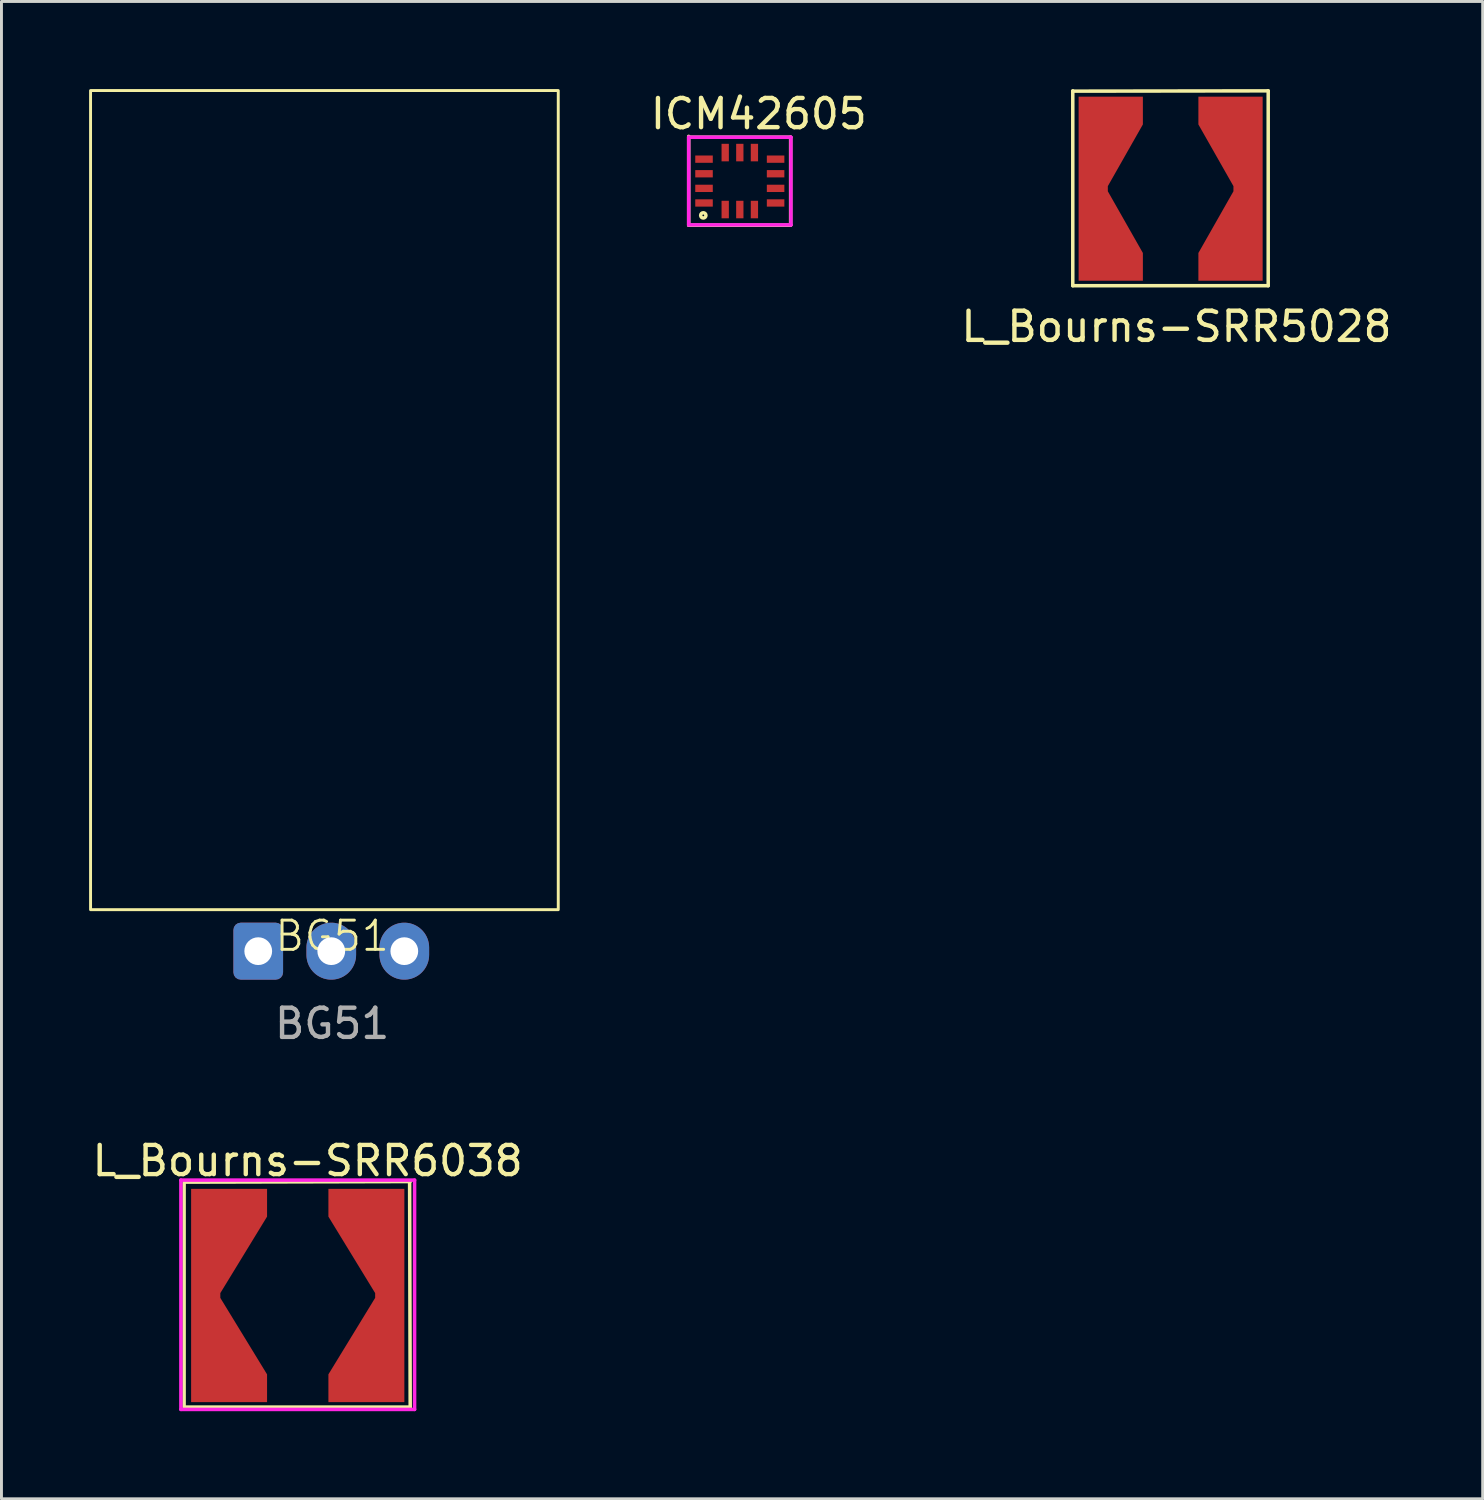
<source format=kicad_pcb>
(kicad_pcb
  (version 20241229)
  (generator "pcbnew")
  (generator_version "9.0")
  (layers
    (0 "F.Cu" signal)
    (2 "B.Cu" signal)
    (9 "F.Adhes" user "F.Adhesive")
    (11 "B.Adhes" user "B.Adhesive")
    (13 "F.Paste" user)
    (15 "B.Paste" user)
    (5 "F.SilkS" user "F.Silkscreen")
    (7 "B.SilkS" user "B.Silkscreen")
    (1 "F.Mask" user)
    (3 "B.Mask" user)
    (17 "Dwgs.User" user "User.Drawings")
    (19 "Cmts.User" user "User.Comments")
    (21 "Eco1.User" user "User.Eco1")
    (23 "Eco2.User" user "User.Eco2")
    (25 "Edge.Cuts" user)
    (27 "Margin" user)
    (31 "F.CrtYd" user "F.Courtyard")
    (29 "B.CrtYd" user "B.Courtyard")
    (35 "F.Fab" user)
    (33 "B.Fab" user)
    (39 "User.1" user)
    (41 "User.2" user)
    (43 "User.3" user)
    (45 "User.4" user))
  (footprint "L_Bourns-SRR5028"
    (layer "F.Cu")
    (at 33.873 0.26)
    (property "Reference" "L_Bourns-SRR5028" (at 3.35 7.87 0) (layer "F.SilkS") (effects (font (size 1 1) (thickness 0.15))))
    (attr through_hole)
    (fp_line (start -0.2 -0.19) (end 6.49 -0.2) (stroke (width 0.12) (type solid)) (layer "F.SilkS"))
    (fp_line (start -0.2 6.47) (end -0.2 -0.2) (stroke (width 0.12) (type solid)) (layer "F.SilkS"))
    (fp_line (start 6.49 -0.2) (end 6.49 6.47) (stroke (width 0.12) (type solid)) (layer "F.SilkS"))
    (fp_line (start 6.49 6.47) (end -0.2 6.47) (stroke (width 0.12) (type solid)) (layer "F.SilkS"))
    (pad "1" smd custom (at 0.5 3.15) (size 1 1) (layers "F.Cu" "F.Mask" "F.Paste") (options (anchor rect)) (primitives (gr_poly (pts (xy -0.5 3.15) (xy -0.5 -3.15) (xy 1.7 -3.15) (xy 1.7 -2.2) (xy 0.45 0) (xy 1.7 2.2) (xy 1.7 3.15)) (width 0) (fill yes))))
    (pad "2" smd custom (at 5.8 3.15 180) (size 1 1) (layers "F.Cu" "F.Mask" "F.Paste") (options (anchor rect)) (primitives (gr_poly (pts (xy -0.5 3.15) (xy -0.5 -3.15) (xy 1.7 -3.15) (xy 1.7 -2.2) (xy 0.45 0) (xy 1.7 2.2) (xy 1.7 3.15)) (width 0) (fill yes)))))
  (footprint "L_Bourns-SRR6038"
    (layer "F.Cu")
    (at 7.142 41.297)
    (property "Reference" "L_Bourns-SRR6038" (at 0.34 -4.61 0) (layer "F.SilkS") (effects (font (size 1 1) (thickness 0.15))))
    (attr smd)
    (fp_line (start -3.89 3.82) (end -3.89 -3.86) (stroke (width 0.12) (type solid)) (layer "F.SilkS"))
    (fp_line (start -3.87 -3.88) (end 3.85 -3.9) (stroke (width 0.12) (type solid)) (layer "F.SilkS"))
    (fp_line (start 3.83 -3.91) (end 3.85 3.82) (stroke (width 0.12) (type solid)) (layer "F.SilkS"))
    (fp_line (start 3.85 3.82) (end -3.87 3.82) (stroke (width 0.12) (type solid)) (layer "F.SilkS"))
    (fp_line (start -4 -3.95) (end -4 3.9) (stroke (width 0.12) (type solid)) (layer "F.CrtYd"))
    (fp_line (start -4 -3.95) (end 4 -3.95) (stroke (width 0.12) (type solid)) (layer "F.CrtYd"))
    (fp_line (start 4 -3.95) (end 4 3.9) (stroke (width 0.12) (type solid)) (layer "F.CrtYd"))
    (fp_line (start 4 3.9) (end -4 3.9) (stroke (width 0.12) (type solid)) (layer "F.CrtYd"))
    (pad "1" smd custom (at -3.15 0) (size 1 1) (layers "F.Cu" "F.Mask" "F.Paste") (options (anchor rect)) (primitives (gr_poly (pts (xy -0.5 3.65) (xy -0.5 -3.65) (xy 2.1 -3.65) (xy 2.1 -2.7) (xy 0.45 0.000001) (xy 2.1 2.7) (xy 2.1 3.65)) (width 0) (fill yes))))
    (pad "2" smd custom (at 3.15 0 180) (size 1 1) (layers "F.Cu" "F.Mask" "F.Paste") (options (anchor rect)) (primitives (gr_poly (pts (xy -0.5 3.65) (xy -0.5 -3.65) (xy 2.1 -3.65) (xy 2.1 -2.7) (xy 0.45 0.000001) (xy 2.1 2.7) (xy 2.1 3.65)) (width 0) (fill yes)))))
  (footprint "BG51"
    (layer "F.Cu")
    (at 8.32 29.49)
    (property "Reference" "BG51" (at 0 -0.5 0) (unlocked yes) (layer "F.SilkS") (effects (font (size 1 1) (thickness 0.1))))
    (attr smd)
    (fp_rect (start -8.27 -1.4) (end 7.74 -29.44) (stroke (width 0.1) (type default)) (fill no) (layer "F.SilkS"))
    (fp_text user "${REFERENCE}" (at 0 2.5 0) (unlocked yes) (layer "F.Fab") (effects (font (size 1 1) (thickness 0.15))))
    (pad "1" thru_hole roundrect (at -2.53 0.02) (size 1.7 1.95) (drill 0.95) (layers "*.Cu" "*.Mask") (roundrect_rratio 0.147))
    (pad "2" thru_hole oval (at -0.03 0.02) (size 1.7 1.95) (drill 0.95) (layers "*.Cu" "*.Mask"))
    (pad "3" thru_hole oval (at 2.47 0.02) (size 1.7 1.95) (drill 0.95) (layers "*.Cu" "*.Mask")))
  (footprint "ICM42605"
    (layer "F.Cu")
    (at 22.275 3.148)
    (property "Reference" "ICM42605" (at 0.65 -2.3 0) (layer "F.SilkS") (effects (font (size 1 1) (thickness 0.15))))
    (attr smd)
    (fp_line (start -1.75 1.51) (end -1.75 -1.53) (stroke (width 0.12) (type solid)) (layer "F.SilkS"))
    (fp_line (start -1.74 -1.5) (end 1.74 -1.5) (stroke (width 0.12) (type solid)) (layer "F.SilkS"))
    (fp_line (start 1.74 -1.5) (end 1.74 1.51) (stroke (width 0.12) (type solid)) (layer "F.SilkS"))
    (fp_line (start 1.74 1.51) (end -1.75 1.51) (stroke (width 0.12) (type solid)) (layer "F.SilkS"))
    (fp_circle (center -1.25 1.175) (end -1.16 1.175) (stroke (width 0.12) (type solid)) (fill no) (layer "F.SilkS"))
    (fp_line (start -1.75 -1.5) (end 1.75 -1.5) (stroke (width 0.12) (type solid)) (layer "F.CrtYd"))
    (fp_line (start -1.75 1.5) (end -1.75 -1.5) (stroke (width 0.12) (type solid)) (layer "F.CrtYd"))
    (fp_line (start 1.75 -1.5) (end 1.75 1.5) (stroke (width 0.12) (type solid)) (layer "F.CrtYd"))
    (fp_line (start 1.75 1.5) (end -1.75 1.5) (stroke (width 0.12) (type solid)) (layer "F.CrtYd"))
    (pad "1" smd rect (at -1.225 0.75 90) (size 0.25 0.6) (layers "F.Cu" "F.Mask" "F.Paste"))
    (pad "2" smd rect (at -1.225 0.25 90) (size 0.25 0.6) (layers "F.Cu" "F.Mask" "F.Paste"))
    (pad "3" smd rect (at -1.225 -0.25 90) (size 0.25 0.6) (layers "F.Cu" "F.Mask" "F.Paste"))
    (pad "4" smd rect (at -1.225 -0.75 90) (size 0.25 0.6) (layers "F.Cu" "F.Mask" "F.Paste"))
    (pad "5" smd rect (at -0.5 -0.975 180) (size 0.25 0.6) (layers "F.Cu" "F.Mask" "F.Paste"))
    (pad "6" smd rect (at 0 -0.975 180) (size 0.25 0.6) (layers "F.Cu" "F.Mask" "F.Paste"))
    (pad "7" smd rect (at 0.5 -0.975 180) (size 0.25 0.6) (layers "F.Cu" "F.Mask" "F.Paste"))
    (pad "8" smd rect (at 1.225 -0.75 90) (size 0.25 0.6) (layers "F.Cu" "F.Mask" "F.Paste"))
    (pad "9" smd rect (at 1.225 -0.25 90) (size 0.25 0.6) (layers "F.Cu" "F.Mask" "F.Paste"))
    (pad "10" smd rect (at 1.225 0.25 90) (size 0.25 0.6) (layers "F.Cu" "F.Mask" "F.Paste"))
    (pad "11" smd rect (at 1.225 0.75 90) (size 0.25 0.6) (layers "F.Cu" "F.Mask" "F.Paste"))
    (pad "12" smd rect (at 0.5 0.975 180) (size 0.25 0.6) (layers "F.Cu" "F.Mask" "F.Paste"))
    (pad "13" smd rect (at 0 0.975 180) (size 0.25 0.6) (layers "F.Cu" "F.Mask" "F.Paste"))
    (pad "14" smd rect (at -0.5 0.975 180) (size 0.25 0.6) (layers "F.Cu" "F.Mask" "F.Paste")))
  (gr_rect
    (start -3 -3)
    (end 47.705 48.257)
    (stroke (width 0.1) (type default))
    (fill no)
    (layer "Edge.Cuts")))
</source>
